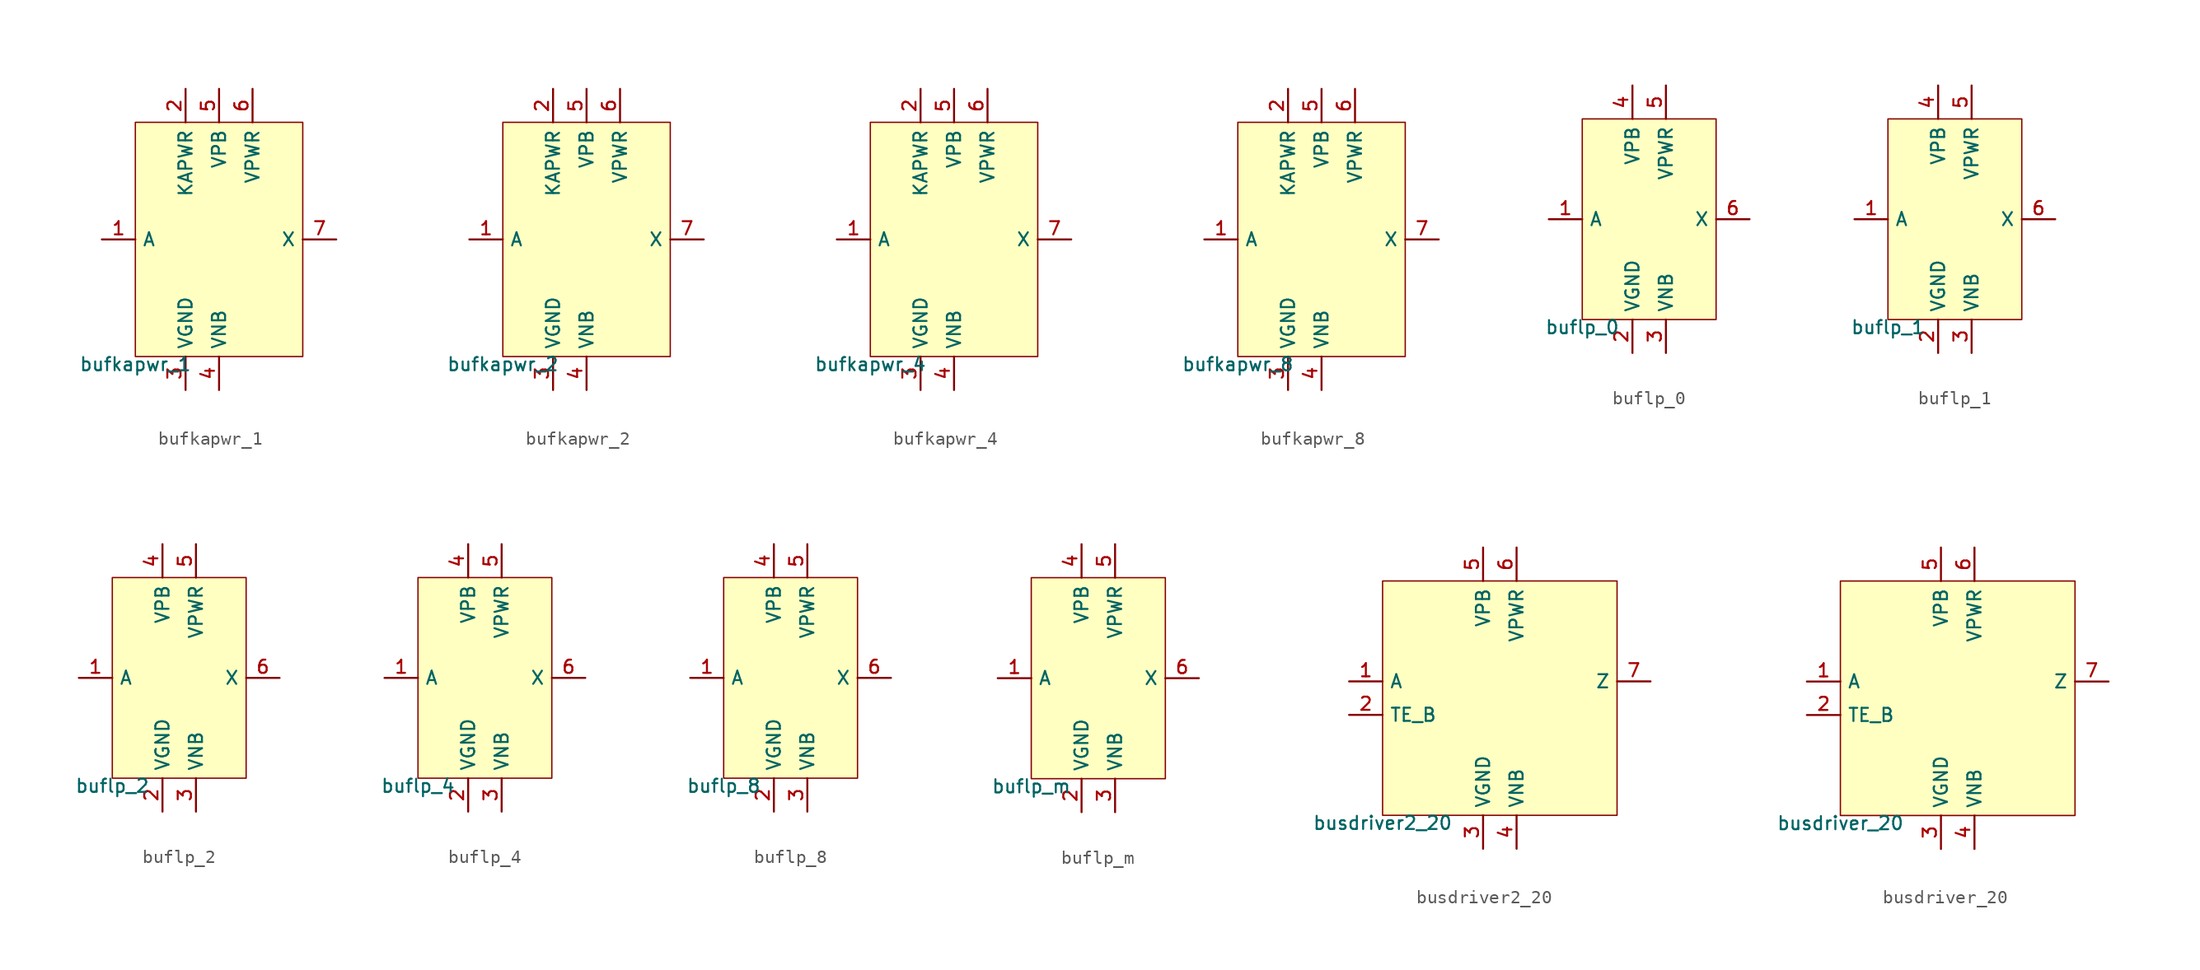
<source format=kicad_sym>
(kicad_symbol_lib
  (version 20211014)
  (generator pdk2kicad)
  (symbol "bufkapwr_1"
    (property "Reference" "X"
      (at 0 0 0)
      (effects (font (size 1 1)) hide))
    (property "Value" "bufkapwr_1"
      (at -6.35 -8.89 0)
      (effects (font (size 1 1)) (justify top)))
    (rectangle
      (start -6.35 -8.89)
      (end 6.35 8.89)
      (stroke (width 0.1) (type solid) (color 0 0 0 0))
      (fill (type background)))
    (pin input line
      (at -8.89 8.881784197001252e-16 0)
      (length 2.54)
      (name "A" (effects (font (size 1 1)) hide))
      (number "1" (effects (font (size 1 1)) hide)))
    (pin power_in line
      (at -2.54 11.43 270)
      (length 2.54)
      (name "KAPWR" (effects (font (size 1 1)) hide))
      (number "2" (effects (font (size 1 1)) hide)))
    (pin power_in line
      (at -2.54 -11.43 90)
      (length 2.54)
      (name "VGND" (effects (font (size 1 1)) hide))
      (number "3" (effects (font (size 1 1)) hide)))
    (pin power_in line
      (at 4.440892098500626e-16 -11.43 90)
      (length 2.54)
      (name "VNB" (effects (font (size 1 1)) hide))
      (number "4" (effects (font (size 1 1)) hide)))
    (pin power_in line
      (at 4.440892098500626e-16 11.43 270)
      (length 2.54)
      (name "VPB" (effects (font (size 1 1)) hide))
      (number "5" (effects (font (size 1 1)) hide)))
    (pin power_in line
      (at 2.54 11.43 270)
      (length 2.54)
      (name "VPWR" (effects (font (size 1 1)) hide))
      (number "6" (effects (font (size 1 1)) hide)))
    (pin output line
      (at 8.89 8.881784197001252e-16 180)
      (length 2.54)
      (name "X" (effects (font (size 1 1)) hide))
      (number "7" (effects (font (size 1 1)) hide))))
  (symbol "bufkapwr_2"
    (property "Reference" "X"
      (at 0 0 0)
      (effects (font (size 1 1)) hide))
    (property "Value" "bufkapwr_2"
      (at -6.35 -8.89 0)
      (effects (font (size 1 1)) (justify top)))
    (rectangle
      (start -6.35 -8.89)
      (end 6.35 8.89)
      (stroke (width 0.1) (type solid) (color 0 0 0 0))
      (fill (type background)))
    (pin input line
      (at -8.89 8.881784197001252e-16 0)
      (length 2.54)
      (name "A" (effects (font (size 1 1)) hide))
      (number "1" (effects (font (size 1 1)) hide)))
    (pin power_in line
      (at -2.54 11.43 270)
      (length 2.54)
      (name "KAPWR" (effects (font (size 1 1)) hide))
      (number "2" (effects (font (size 1 1)) hide)))
    (pin power_in line
      (at -2.54 -11.43 90)
      (length 2.54)
      (name "VGND" (effects (font (size 1 1)) hide))
      (number "3" (effects (font (size 1 1)) hide)))
    (pin power_in line
      (at 4.440892098500626e-16 -11.43 90)
      (length 2.54)
      (name "VNB" (effects (font (size 1 1)) hide))
      (number "4" (effects (font (size 1 1)) hide)))
    (pin power_in line
      (at 4.440892098500626e-16 11.43 270)
      (length 2.54)
      (name "VPB" (effects (font (size 1 1)) hide))
      (number "5" (effects (font (size 1 1)) hide)))
    (pin power_in line
      (at 2.54 11.43 270)
      (length 2.54)
      (name "VPWR" (effects (font (size 1 1)) hide))
      (number "6" (effects (font (size 1 1)) hide)))
    (pin output line
      (at 8.89 8.881784197001252e-16 180)
      (length 2.54)
      (name "X" (effects (font (size 1 1)) hide))
      (number "7" (effects (font (size 1 1)) hide))))
  (symbol "bufkapwr_4"
    (property "Reference" "X"
      (at 0 0 0)
      (effects (font (size 1 1)) hide))
    (property "Value" "bufkapwr_4"
      (at -6.35 -8.89 0)
      (effects (font (size 1 1)) (justify top)))
    (rectangle
      (start -6.35 -8.89)
      (end 6.35 8.89)
      (stroke (width 0.1) (type solid) (color 0 0 0 0))
      (fill (type background)))
    (pin input line
      (at -8.89 8.881784197001252e-16 0)
      (length 2.54)
      (name "A" (effects (font (size 1 1)) hide))
      (number "1" (effects (font (size 1 1)) hide)))
    (pin power_in line
      (at -2.54 11.43 270)
      (length 2.54)
      (name "KAPWR" (effects (font (size 1 1)) hide))
      (number "2" (effects (font (size 1 1)) hide)))
    (pin power_in line
      (at -2.54 -11.43 90)
      (length 2.54)
      (name "VGND" (effects (font (size 1 1)) hide))
      (number "3" (effects (font (size 1 1)) hide)))
    (pin power_in line
      (at 4.440892098500626e-16 -11.43 90)
      (length 2.54)
      (name "VNB" (effects (font (size 1 1)) hide))
      (number "4" (effects (font (size 1 1)) hide)))
    (pin power_in line
      (at 4.440892098500626e-16 11.43 270)
      (length 2.54)
      (name "VPB" (effects (font (size 1 1)) hide))
      (number "5" (effects (font (size 1 1)) hide)))
    (pin power_in line
      (at 2.54 11.43 270)
      (length 2.54)
      (name "VPWR" (effects (font (size 1 1)) hide))
      (number "6" (effects (font (size 1 1)) hide)))
    (pin output line
      (at 8.89 8.881784197001252e-16 180)
      (length 2.54)
      (name "X" (effects (font (size 1 1)) hide))
      (number "7" (effects (font (size 1 1)) hide))))
  (symbol "bufkapwr_8"
    (property "Reference" "X"
      (at 0 0 0)
      (effects (font (size 1 1)) hide))
    (property "Value" "bufkapwr_8"
      (at -6.35 -8.89 0)
      (effects (font (size 1 1)) (justify top)))
    (rectangle
      (start -6.35 -8.89)
      (end 6.35 8.89)
      (stroke (width 0.1) (type solid) (color 0 0 0 0))
      (fill (type background)))
    (pin input line
      (at -8.89 8.881784197001252e-16 0)
      (length 2.54)
      (name "A" (effects (font (size 1 1)) hide))
      (number "1" (effects (font (size 1 1)) hide)))
    (pin power_in line
      (at -2.54 11.43 270)
      (length 2.54)
      (name "KAPWR" (effects (font (size 1 1)) hide))
      (number "2" (effects (font (size 1 1)) hide)))
    (pin power_in line
      (at -2.54 -11.43 90)
      (length 2.54)
      (name "VGND" (effects (font (size 1 1)) hide))
      (number "3" (effects (font (size 1 1)) hide)))
    (pin power_in line
      (at 4.440892098500626e-16 -11.43 90)
      (length 2.54)
      (name "VNB" (effects (font (size 1 1)) hide))
      (number "4" (effects (font (size 1 1)) hide)))
    (pin power_in line
      (at 4.440892098500626e-16 11.43 270)
      (length 2.54)
      (name "VPB" (effects (font (size 1 1)) hide))
      (number "5" (effects (font (size 1 1)) hide)))
    (pin power_in line
      (at 2.54 11.43 270)
      (length 2.54)
      (name "VPWR" (effects (font (size 1 1)) hide))
      (number "6" (effects (font (size 1 1)) hide)))
    (pin output line
      (at 8.89 8.881784197001252e-16 180)
      (length 2.54)
      (name "X" (effects (font (size 1 1)) hide))
      (number "7" (effects (font (size 1 1)) hide))))
  (symbol "buflp_0"
    (property "Reference" "X"
      (at 0 0 0)
      (effects (font (size 1 1)) hide))
    (property "Value" "buflp_0"
      (at -5.08 -7.62 0)
      (effects (font (size 1 1)) (justify top)))
    (rectangle
      (start -5.08 -7.62)
      (end 5.08 7.62)
      (stroke (width 0.1) (type solid) (color 0 0 0 0))
      (fill (type background)))
    (pin input line
      (at -7.62 0.0 0)
      (length 2.54)
      (name "A" (effects (font (size 1 1)) hide))
      (number "1" (effects (font (size 1 1)) hide)))
    (pin power_in line
      (at -1.27 -10.16 90)
      (length 2.54)
      (name "VGND" (effects (font (size 1 1)) hide))
      (number "2" (effects (font (size 1 1)) hide)))
    (pin power_in line
      (at 1.27 -10.16 90)
      (length 2.54)
      (name "VNB" (effects (font (size 1 1)) hide))
      (number "3" (effects (font (size 1 1)) hide)))
    (pin power_in line
      (at -1.27 10.16 270)
      (length 2.54)
      (name "VPB" (effects (font (size 1 1)) hide))
      (number "4" (effects (font (size 1 1)) hide)))
    (pin power_in line
      (at 1.27 10.16 270)
      (length 2.54)
      (name "VPWR" (effects (font (size 1 1)) hide))
      (number "5" (effects (font (size 1 1)) hide)))
    (pin output line
      (at 7.62 0.0 180)
      (length 2.54)
      (name "X" (effects (font (size 1 1)) hide))
      (number "6" (effects (font (size 1 1)) hide))))
  (symbol "buflp_1"
    (property "Reference" "X"
      (at 0 0 0)
      (effects (font (size 1 1)) hide))
    (property "Value" "buflp_1"
      (at -5.08 -7.62 0)
      (effects (font (size 1 1)) (justify top)))
    (rectangle
      (start -5.08 -7.62)
      (end 5.08 7.62)
      (stroke (width 0.1) (type solid) (color 0 0 0 0))
      (fill (type background)))
    (pin input line
      (at -7.62 0.0 0)
      (length 2.54)
      (name "A" (effects (font (size 1 1)) hide))
      (number "1" (effects (font (size 1 1)) hide)))
    (pin power_in line
      (at -1.27 -10.16 90)
      (length 2.54)
      (name "VGND" (effects (font (size 1 1)) hide))
      (number "2" (effects (font (size 1 1)) hide)))
    (pin power_in line
      (at 1.27 -10.16 90)
      (length 2.54)
      (name "VNB" (effects (font (size 1 1)) hide))
      (number "3" (effects (font (size 1 1)) hide)))
    (pin power_in line
      (at -1.27 10.16 270)
      (length 2.54)
      (name "VPB" (effects (font (size 1 1)) hide))
      (number "4" (effects (font (size 1 1)) hide)))
    (pin power_in line
      (at 1.27 10.16 270)
      (length 2.54)
      (name "VPWR" (effects (font (size 1 1)) hide))
      (number "5" (effects (font (size 1 1)) hide)))
    (pin output line
      (at 7.62 0.0 180)
      (length 2.54)
      (name "X" (effects (font (size 1 1)) hide))
      (number "6" (effects (font (size 1 1)) hide))))
  (symbol "buflp_2"
    (property "Reference" "X"
      (at 0 0 0)
      (effects (font (size 1 1)) hide))
    (property "Value" "buflp_2"
      (at -5.08 -7.62 0)
      (effects (font (size 1 1)) (justify top)))
    (rectangle
      (start -5.08 -7.62)
      (end 5.08 7.62)
      (stroke (width 0.1) (type solid) (color 0 0 0 0))
      (fill (type background)))
    (pin input line
      (at -7.62 0.0 0)
      (length 2.54)
      (name "A" (effects (font (size 1 1)) hide))
      (number "1" (effects (font (size 1 1)) hide)))
    (pin power_in line
      (at -1.27 -10.16 90)
      (length 2.54)
      (name "VGND" (effects (font (size 1 1)) hide))
      (number "2" (effects (font (size 1 1)) hide)))
    (pin power_in line
      (at 1.27 -10.16 90)
      (length 2.54)
      (name "VNB" (effects (font (size 1 1)) hide))
      (number "3" (effects (font (size 1 1)) hide)))
    (pin power_in line
      (at -1.27 10.16 270)
      (length 2.54)
      (name "VPB" (effects (font (size 1 1)) hide))
      (number "4" (effects (font (size 1 1)) hide)))
    (pin power_in line
      (at 1.27 10.16 270)
      (length 2.54)
      (name "VPWR" (effects (font (size 1 1)) hide))
      (number "5" (effects (font (size 1 1)) hide)))
    (pin output line
      (at 7.62 0.0 180)
      (length 2.54)
      (name "X" (effects (font (size 1 1)) hide))
      (number "6" (effects (font (size 1 1)) hide))))
  (symbol "buflp_4"
    (property "Reference" "X"
      (at 0 0 0)
      (effects (font (size 1 1)) hide))
    (property "Value" "buflp_4"
      (at -5.08 -7.62 0)
      (effects (font (size 1 1)) (justify top)))
    (rectangle
      (start -5.08 -7.62)
      (end 5.08 7.62)
      (stroke (width 0.1) (type solid) (color 0 0 0 0))
      (fill (type background)))
    (pin input line
      (at -7.62 0.0 0)
      (length 2.54)
      (name "A" (effects (font (size 1 1)) hide))
      (number "1" (effects (font (size 1 1)) hide)))
    (pin power_in line
      (at -1.27 -10.16 90)
      (length 2.54)
      (name "VGND" (effects (font (size 1 1)) hide))
      (number "2" (effects (font (size 1 1)) hide)))
    (pin power_in line
      (at 1.27 -10.16 90)
      (length 2.54)
      (name "VNB" (effects (font (size 1 1)) hide))
      (number "3" (effects (font (size 1 1)) hide)))
    (pin power_in line
      (at -1.27 10.16 270)
      (length 2.54)
      (name "VPB" (effects (font (size 1 1)) hide))
      (number "4" (effects (font (size 1 1)) hide)))
    (pin power_in line
      (at 1.27 10.16 270)
      (length 2.54)
      (name "VPWR" (effects (font (size 1 1)) hide))
      (number "5" (effects (font (size 1 1)) hide)))
    (pin output line
      (at 7.62 0.0 180)
      (length 2.54)
      (name "X" (effects (font (size 1 1)) hide))
      (number "6" (effects (font (size 1 1)) hide))))
  (symbol "buflp_8"
    (property "Reference" "X"
      (at 0 0 0)
      (effects (font (size 1 1)) hide))
    (property "Value" "buflp_8"
      (at -5.08 -7.62 0)
      (effects (font (size 1 1)) (justify top)))
    (rectangle
      (start -5.08 -7.62)
      (end 5.08 7.62)
      (stroke (width 0.1) (type solid) (color 0 0 0 0))
      (fill (type background)))
    (pin input line
      (at -7.62 0.0 0)
      (length 2.54)
      (name "A" (effects (font (size 1 1)) hide))
      (number "1" (effects (font (size 1 1)) hide)))
    (pin power_in line
      (at -1.27 -10.16 90)
      (length 2.54)
      (name "VGND" (effects (font (size 1 1)) hide))
      (number "2" (effects (font (size 1 1)) hide)))
    (pin power_in line
      (at 1.27 -10.16 90)
      (length 2.54)
      (name "VNB" (effects (font (size 1 1)) hide))
      (number "3" (effects (font (size 1 1)) hide)))
    (pin power_in line
      (at -1.27 10.16 270)
      (length 2.54)
      (name "VPB" (effects (font (size 1 1)) hide))
      (number "4" (effects (font (size 1 1)) hide)))
    (pin power_in line
      (at 1.27 10.16 270)
      (length 2.54)
      (name "VPWR" (effects (font (size 1 1)) hide))
      (number "5" (effects (font (size 1 1)) hide)))
    (pin output line
      (at 7.62 0.0 180)
      (length 2.54)
      (name "X" (effects (font (size 1 1)) hide))
      (number "6" (effects (font (size 1 1)) hide))))
  (symbol "buflp_m"
    (property "Reference" "X"
      (at 0 0 0)
      (effects (font (size 1 1)) hide))
    (property "Value" "buflp_m"
      (at -5.08 -7.62 0)
      (effects (font (size 1 1)) (justify top)))
    (rectangle
      (start -5.08 -7.62)
      (end 5.08 7.62)
      (stroke (width 0.1) (type solid) (color 0 0 0 0))
      (fill (type background)))
    (pin input line
      (at -7.62 0.0 0)
      (length 2.54)
      (name "A" (effects (font (size 1 1)) hide))
      (number "1" (effects (font (size 1 1)) hide)))
    (pin power_in line
      (at -1.27 -10.16 90)
      (length 2.54)
      (name "VGND" (effects (font (size 1 1)) hide))
      (number "2" (effects (font (size 1 1)) hide)))
    (pin power_in line
      (at 1.27 -10.16 90)
      (length 2.54)
      (name "VNB" (effects (font (size 1 1)) hide))
      (number "3" (effects (font (size 1 1)) hide)))
    (pin power_in line
      (at -1.27 10.16 270)
      (length 2.54)
      (name "VPB" (effects (font (size 1 1)) hide))
      (number "4" (effects (font (size 1 1)) hide)))
    (pin power_in line
      (at 1.27 10.16 270)
      (length 2.54)
      (name "VPWR" (effects (font (size 1 1)) hide))
      (number "5" (effects (font (size 1 1)) hide)))
    (pin output line
      (at 7.62 0.0 180)
      (length 2.54)
      (name "X" (effects (font (size 1 1)) hide))
      (number "6" (effects (font (size 1 1)) hide))))
  (symbol "busdriver2_20"
    (property "Reference" "X"
      (at 0 0 0)
      (effects (font (size 1 1)) hide))
    (property "Value" "busdriver2_20"
      (at -8.89 -8.89 0)
      (effects (font (size 1 1)) (justify top)))
    (rectangle
      (start -8.89 -8.89)
      (end 8.89 8.89)
      (stroke (width 0.1) (type solid) (color 0 0 0 0))
      (fill (type background)))
    (pin input line
      (at -11.43 1.27 0)
      (length 2.54)
      (name "A" (effects (font (size 1 1)) hide))
      (number "1" (effects (font (size 1 1)) hide)))
    (pin input line
      (at -11.43 -1.27 0)
      (length 2.54)
      (name "TE_B" (effects (font (size 1 1)) hide))
      (number "2" (effects (font (size 1 1)) hide)))
    (pin power_in line
      (at -1.27 -11.43 90)
      (length 2.54)
      (name "VGND" (effects (font (size 1 1)) hide))
      (number "3" (effects (font (size 1 1)) hide)))
    (pin power_in line
      (at 1.27 -11.43 90)
      (length 2.54)
      (name "VNB" (effects (font (size 1 1)) hide))
      (number "4" (effects (font (size 1 1)) hide)))
    (pin power_in line
      (at -1.27 11.43 270)
      (length 2.54)
      (name "VPB" (effects (font (size 1 1)) hide))
      (number "5" (effects (font (size 1 1)) hide)))
    (pin power_in line
      (at 1.27 11.43 270)
      (length 2.54)
      (name "VPWR" (effects (font (size 1 1)) hide))
      (number "6" (effects (font (size 1 1)) hide)))
    (pin output line
      (at 11.43 1.27 180)
      (length 2.54)
      (name "Z" (effects (font (size 1 1)) hide))
      (number "7" (effects (font (size 1 1)) hide))))
  (symbol "busdriver_20"
    (property "Reference" "X"
      (at 0 0 0)
      (effects (font (size 1 1)) hide))
    (property "Value" "busdriver_20"
      (at -8.89 -8.89 0)
      (effects (font (size 1 1)) (justify top)))
    (rectangle
      (start -8.89 -8.89)
      (end 8.89 8.89)
      (stroke (width 0.1) (type solid) (color 0 0 0 0))
      (fill (type background)))
    (pin input line
      (at -11.43 1.27 0)
      (length 2.54)
      (name "A" (effects (font (size 1 1)) hide))
      (number "1" (effects (font (size 1 1)) hide)))
    (pin input line
      (at -11.43 -1.27 0)
      (length 2.54)
      (name "TE_B" (effects (font (size 1 1)) hide))
      (number "2" (effects (font (size 1 1)) hide)))
    (pin power_in line
      (at -1.27 -11.43 90)
      (length 2.54)
      (name "VGND" (effects (font (size 1 1)) hide))
      (number "3" (effects (font (size 1 1)) hide)))
    (pin power_in line
      (at 1.27 -11.43 90)
      (length 2.54)
      (name "VNB" (effects (font (size 1 1)) hide))
      (number "4" (effects (font (size 1 1)) hide)))
    (pin power_in line
      (at -1.27 11.43 270)
      (length 2.54)
      (name "VPB" (effects (font (size 1 1)) hide))
      (number "5" (effects (font (size 1 1)) hide)))
    (pin power_in line
      (at 1.27 11.43 270)
      (length 2.54)
      (name "VPWR" (effects (font (size 1 1)) hide))
      (number "6" (effects (font (size 1 1)) hide)))
    (pin output line
      (at 11.43 1.27 180)
      (length 2.54)
      (name "Z" (effects (font (size 1 1)) hide))
      (number "7" (effects (font (size 1 1)) hide)))))
</source>
